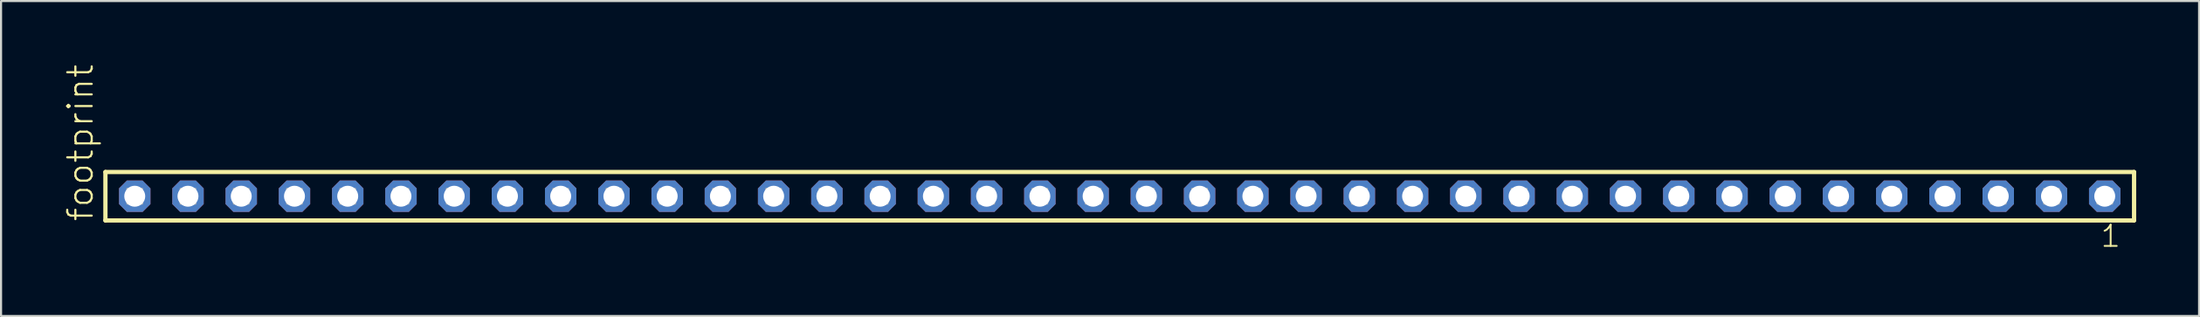
<source format=kicad_pcb>
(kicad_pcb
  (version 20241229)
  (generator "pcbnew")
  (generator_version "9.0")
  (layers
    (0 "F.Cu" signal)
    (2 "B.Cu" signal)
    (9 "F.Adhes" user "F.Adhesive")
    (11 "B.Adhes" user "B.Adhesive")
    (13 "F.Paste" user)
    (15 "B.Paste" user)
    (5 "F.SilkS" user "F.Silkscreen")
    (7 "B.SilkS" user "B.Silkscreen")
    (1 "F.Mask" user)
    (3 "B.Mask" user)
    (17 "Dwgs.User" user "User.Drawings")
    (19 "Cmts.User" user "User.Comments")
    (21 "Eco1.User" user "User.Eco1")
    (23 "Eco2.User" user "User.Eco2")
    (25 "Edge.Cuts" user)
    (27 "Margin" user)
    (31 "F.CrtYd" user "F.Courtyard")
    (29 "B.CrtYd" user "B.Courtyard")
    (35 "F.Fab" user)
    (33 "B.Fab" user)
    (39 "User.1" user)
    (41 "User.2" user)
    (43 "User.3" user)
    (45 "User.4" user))
  (footprint "footprint"
    (layer "F.Cu")
    (at 50.368 6.312)
    (property "Reference" "footprint" (at -48.895 1.27 90) (layer "F.SilkS") (effects (font (size 1.168 1.168) (thickness 0.102)) (justify left bottom)))
    (fp_line (start -48.389 -1.155) (end 48.389 -1.155) (stroke (width 0.203) (type solid)) (layer "F.SilkS"))
    (fp_line (start -48.389 1.155) (end -48.389 -1.155) (stroke (width 0.203) (type solid)) (layer "F.SilkS"))
    (fp_line (start 48.389 -1.155) (end 48.389 1.155) (stroke (width 0.203) (type solid)) (layer "F.SilkS"))
    (fp_line (start 48.389 1.155) (end -48.389 1.155) (stroke (width 0.203) (type solid)) (layer "F.SilkS"))
    (fp_poly (pts (xy -47.34 0.35) (xy -46.64 0.35) (xy -46.64 -0.35) (xy -47.34 -0.35)) (stroke (width 0.1) (type solid)) (fill no) (layer "F.Fab"))
    (fp_poly (pts (xy -44.8 0.35) (xy -44.1 0.35) (xy -44.1 -0.35) (xy -44.8 -0.35)) (stroke (width 0.1) (type solid)) (fill no) (layer "F.Fab"))
    (fp_poly (pts (xy -42.26 0.35) (xy -41.56 0.35) (xy -41.56 -0.35) (xy -42.26 -0.35)) (stroke (width 0.1) (type solid)) (fill no) (layer "F.Fab"))
    (fp_poly (pts (xy -39.72 0.35) (xy -39.02 0.35) (xy -39.02 -0.35) (xy -39.72 -0.35)) (stroke (width 0.1) (type solid)) (fill no) (layer "F.Fab"))
    (fp_poly (pts (xy -37.18 0.35) (xy -36.48 0.35) (xy -36.48 -0.35) (xy -37.18 -0.35)) (stroke (width 0.1) (type solid)) (fill no) (layer "F.Fab"))
    (fp_poly (pts (xy -34.64 0.35) (xy -33.94 0.35) (xy -33.94 -0.35) (xy -34.64 -0.35)) (stroke (width 0.1) (type solid)) (fill no) (layer "F.Fab"))
    (fp_poly (pts (xy -32.1 0.35) (xy -31.4 0.35) (xy -31.4 -0.35) (xy -32.1 -0.35)) (stroke (width 0.1) (type solid)) (fill no) (layer "F.Fab"))
    (fp_poly (pts (xy -29.56 0.35) (xy -28.86 0.35) (xy -28.86 -0.35) (xy -29.56 -0.35)) (stroke (width 0.1) (type solid)) (fill no) (layer "F.Fab"))
    (fp_poly (pts (xy -27.02 0.35) (xy -26.32 0.35) (xy -26.32 -0.35) (xy -27.02 -0.35)) (stroke (width 0.1) (type solid)) (fill no) (layer "F.Fab"))
    (fp_poly (pts (xy -24.48 0.35) (xy -23.78 0.35) (xy -23.78 -0.35) (xy -24.48 -0.35)) (stroke (width 0.1) (type solid)) (fill no) (layer "F.Fab"))
    (fp_poly (pts (xy -21.94 0.35) (xy -21.24 0.35) (xy -21.24 -0.35) (xy -21.94 -0.35)) (stroke (width 0.1) (type solid)) (fill no) (layer "F.Fab"))
    (fp_poly (pts (xy -19.4 0.35) (xy -18.7 0.35) (xy -18.7 -0.35) (xy -19.4 -0.35)) (stroke (width 0.1) (type solid)) (fill no) (layer "F.Fab"))
    (fp_poly (pts (xy -16.86 0.35) (xy -16.16 0.35) (xy -16.16 -0.35) (xy -16.86 -0.35)) (stroke (width 0.1) (type solid)) (fill no) (layer "F.Fab"))
    (fp_poly (pts (xy -14.32 0.35) (xy -13.62 0.35) (xy -13.62 -0.35) (xy -14.32 -0.35)) (stroke (width 0.1) (type solid)) (fill no) (layer "F.Fab"))
    (fp_poly (pts (xy -11.78 0.35) (xy -11.08 0.35) (xy -11.08 -0.35) (xy -11.78 -0.35)) (stroke (width 0.1) (type solid)) (fill no) (layer "F.Fab"))
    (fp_poly (pts (xy -9.24 0.35) (xy -8.54 0.35) (xy -8.54 -0.35) (xy -9.24 -0.35)) (stroke (width 0.1) (type solid)) (fill no) (layer "F.Fab"))
    (fp_poly (pts (xy -6.7 0.35) (xy -6 0.35) (xy -6 -0.35) (xy -6.7 -0.35)) (stroke (width 0.1) (type solid)) (fill no) (layer "F.Fab"))
    (fp_poly (pts (xy -4.16 0.35) (xy -3.46 0.35) (xy -3.46 -0.35) (xy -4.16 -0.35)) (stroke (width 0.1) (type solid)) (fill no) (layer "F.Fab"))
    (fp_poly (pts (xy -1.62 0.35) (xy -0.92 0.35) (xy -0.92 -0.35) (xy -1.62 -0.35)) (stroke (width 0.1) (type solid)) (fill no) (layer "F.Fab"))
    (fp_poly (pts (xy 0.92 0.35) (xy 1.62 0.35) (xy 1.62 -0.35) (xy 0.92 -0.35)) (stroke (width 0.1) (type solid)) (fill no) (layer "F.Fab"))
    (fp_poly (pts (xy 3.46 0.35) (xy 4.16 0.35) (xy 4.16 -0.35) (xy 3.46 -0.35)) (stroke (width 0.1) (type solid)) (fill no) (layer "F.Fab"))
    (fp_poly (pts (xy 6 0.35) (xy 6.7 0.35) (xy 6.7 -0.35) (xy 6 -0.35)) (stroke (width 0.1) (type solid)) (fill no) (layer "F.Fab"))
    (fp_poly (pts (xy 8.54 0.35) (xy 9.24 0.35) (xy 9.24 -0.35) (xy 8.54 -0.35)) (stroke (width 0.1) (type solid)) (fill no) (layer "F.Fab"))
    (fp_poly (pts (xy 11.08 0.35) (xy 11.78 0.35) (xy 11.78 -0.35) (xy 11.08 -0.35)) (stroke (width 0.1) (type solid)) (fill no) (layer "F.Fab"))
    (fp_poly (pts (xy 13.62 0.35) (xy 14.32 0.35) (xy 14.32 -0.35) (xy 13.62 -0.35)) (stroke (width 0.1) (type solid)) (fill no) (layer "F.Fab"))
    (fp_poly (pts (xy 16.16 0.35) (xy 16.86 0.35) (xy 16.86 -0.35) (xy 16.16 -0.35)) (stroke (width 0.1) (type solid)) (fill no) (layer "F.Fab"))
    (fp_poly (pts (xy 18.7 0.35) (xy 19.4 0.35) (xy 19.4 -0.35) (xy 18.7 -0.35)) (stroke (width 0.1) (type solid)) (fill no) (layer "F.Fab"))
    (fp_poly (pts (xy 21.24 0.35) (xy 21.94 0.35) (xy 21.94 -0.35) (xy 21.24 -0.35)) (stroke (width 0.1) (type solid)) (fill no) (layer "F.Fab"))
    (fp_poly (pts (xy 23.78 0.35) (xy 24.48 0.35) (xy 24.48 -0.35) (xy 23.78 -0.35)) (stroke (width 0.1) (type solid)) (fill no) (layer "F.Fab"))
    (fp_poly (pts (xy 26.32 0.35) (xy 27.02 0.35) (xy 27.02 -0.35) (xy 26.32 -0.35)) (stroke (width 0.1) (type solid)) (fill no) (layer "F.Fab"))
    (fp_poly (pts (xy 28.86 0.35) (xy 29.56 0.35) (xy 29.56 -0.35) (xy 28.86 -0.35)) (stroke (width 0.1) (type solid)) (fill no) (layer "F.Fab"))
    (fp_poly (pts (xy 31.4 0.35) (xy 32.1 0.35) (xy 32.1 -0.35) (xy 31.4 -0.35)) (stroke (width 0.1) (type solid)) (fill no) (layer "F.Fab"))
    (fp_poly (pts (xy 33.94 0.35) (xy 34.64 0.35) (xy 34.64 -0.35) (xy 33.94 -0.35)) (stroke (width 0.1) (type solid)) (fill no) (layer "F.Fab"))
    (fp_poly (pts (xy 36.48 0.35) (xy 37.18 0.35) (xy 37.18 -0.35) (xy 36.48 -0.35)) (stroke (width 0.1) (type solid)) (fill no) (layer "F.Fab"))
    (fp_poly (pts (xy 39.02 0.35) (xy 39.72 0.35) (xy 39.72 -0.35) (xy 39.02 -0.35)) (stroke (width 0.1) (type solid)) (fill no) (layer "F.Fab"))
    (fp_poly (pts (xy 41.56 0.35) (xy 42.26 0.35) (xy 42.26 -0.35) (xy 41.56 -0.35)) (stroke (width 0.1) (type solid)) (fill no) (layer "F.Fab"))
    (fp_poly (pts (xy 44.1 0.35) (xy 44.8 0.35) (xy 44.8 -0.35) (xy 44.1 -0.35)) (stroke (width 0.1) (type solid)) (fill no) (layer "F.Fab"))
    (fp_poly (pts (xy 46.64 0.35) (xy 47.34 0.35) (xy 47.34 -0.35) (xy 46.64 -0.35)) (stroke (width 0.1) (type solid)) (fill no) (layer "F.Fab"))
    (fp_text user "1" (at 46.732 2.498 0) (layer "F.SilkS") (effects (font (size 1.012 1.012) (thickness 0.088)) (justify left bottom)))
    (pad "1" thru_hole roundrect (at 46.99 0 180) (size 1.5 1.5) (drill 1) (layers "*.Cu" "*.Mask") (roundrect_rratio 0.25) (chamfer_ratio 0.25) (chamfer top_left top_right bottom_left bottom_right))
    (pad "2" thru_hole roundrect (at 44.45 0 180) (size 1.5 1.5) (drill 1) (layers "*.Cu" "*.Mask") (roundrect_rratio 0.25) (chamfer_ratio 0.25) (chamfer top_left top_right bottom_left bottom_right))
    (pad "3" thru_hole roundrect (at 41.91 0 180) (size 1.5 1.5) (drill 1) (layers "*.Cu" "*.Mask") (roundrect_rratio 0.25) (chamfer_ratio 0.25) (chamfer top_left top_right bottom_left bottom_right))
    (pad "4" thru_hole roundrect (at 39.37 0 180) (size 1.5 1.5) (drill 1) (layers "*.Cu" "*.Mask") (roundrect_rratio 0.25) (chamfer_ratio 0.25) (chamfer top_left top_right bottom_left bottom_right))
    (pad "5" thru_hole roundrect (at 36.83 0 180) (size 1.5 1.5) (drill 1) (layers "*.Cu" "*.Mask") (roundrect_rratio 0.25) (chamfer_ratio 0.25) (chamfer top_left top_right bottom_left bottom_right))
    (pad "6" thru_hole roundrect (at 34.29 0 180) (size 1.5 1.5) (drill 1) (layers "*.Cu" "*.Mask") (roundrect_rratio 0.25) (chamfer_ratio 0.25) (chamfer top_left top_right bottom_left bottom_right))
    (pad "7" thru_hole roundrect (at 31.75 0 180) (size 1.5 1.5) (drill 1) (layers "*.Cu" "*.Mask") (roundrect_rratio 0.25) (chamfer_ratio 0.25) (chamfer top_left top_right bottom_left bottom_right))
    (pad "8" thru_hole roundrect (at 29.21 0 180) (size 1.5 1.5) (drill 1) (layers "*.Cu" "*.Mask") (roundrect_rratio 0.25) (chamfer_ratio 0.25) (chamfer top_left top_right bottom_left bottom_right))
    (pad "9" thru_hole roundrect (at 26.67 0 180) (size 1.5 1.5) (drill 1) (layers "*.Cu" "*.Mask") (roundrect_rratio 0.25) (chamfer_ratio 0.25) (chamfer top_left top_right bottom_left bottom_right))
    (pad "10" thru_hole roundrect (at 24.13 0 180) (size 1.5 1.5) (drill 1) (layers "*.Cu" "*.Mask") (roundrect_rratio 0.25) (chamfer_ratio 0.25) (chamfer top_left top_right bottom_left bottom_right))
    (pad "11" thru_hole roundrect (at 21.59 0 180) (size 1.5 1.5) (drill 1) (layers "*.Cu" "*.Mask") (roundrect_rratio 0.25) (chamfer_ratio 0.25) (chamfer top_left top_right bottom_left bottom_right))
    (pad "12" thru_hole roundrect (at 19.05 0 180) (size 1.5 1.5) (drill 1) (layers "*.Cu" "*.Mask") (roundrect_rratio 0.25) (chamfer_ratio 0.25) (chamfer top_left top_right bottom_left bottom_right))
    (pad "13" thru_hole roundrect (at 16.51 0 180) (size 1.5 1.5) (drill 1) (layers "*.Cu" "*.Mask") (roundrect_rratio 0.25) (chamfer_ratio 0.25) (chamfer top_left top_right bottom_left bottom_right))
    (pad "14" thru_hole roundrect (at 13.97 0 180) (size 1.5 1.5) (drill 1) (layers "*.Cu" "*.Mask") (roundrect_rratio 0.25) (chamfer_ratio 0.25) (chamfer top_left top_right bottom_left bottom_right))
    (pad "15" thru_hole roundrect (at 11.43 0 180) (size 1.5 1.5) (drill 1) (layers "*.Cu" "*.Mask") (roundrect_rratio 0.25) (chamfer_ratio 0.25) (chamfer top_left top_right bottom_left bottom_right))
    (pad "16" thru_hole roundrect (at 8.89 0 180) (size 1.5 1.5) (drill 1) (layers "*.Cu" "*.Mask") (roundrect_rratio 0.25) (chamfer_ratio 0.25) (chamfer top_left top_right bottom_left bottom_right))
    (pad "17" thru_hole roundrect (at 6.35 0 180) (size 1.5 1.5) (drill 1) (layers "*.Cu" "*.Mask") (roundrect_rratio 0.25) (chamfer_ratio 0.25) (chamfer top_left top_right bottom_left bottom_right))
    (pad "18" thru_hole roundrect (at 3.81 0 180) (size 1.5 1.5) (drill 1) (layers "*.Cu" "*.Mask") (roundrect_rratio 0.25) (chamfer_ratio 0.25) (chamfer top_left top_right bottom_left bottom_right))
    (pad "19" thru_hole roundrect (at 1.27 0 180) (size 1.5 1.5) (drill 1) (layers "*.Cu" "*.Mask") (roundrect_rratio 0.25) (chamfer_ratio 0.25) (chamfer top_left top_right bottom_left bottom_right))
    (pad "20" thru_hole roundrect (at -1.27 0 180) (size 1.5 1.5) (drill 1) (layers "*.Cu" "*.Mask") (roundrect_rratio 0.25) (chamfer_ratio 0.25) (chamfer top_left top_right bottom_left bottom_right))
    (pad "21" thru_hole roundrect (at -3.81 0 180) (size 1.5 1.5) (drill 1) (layers "*.Cu" "*.Mask") (roundrect_rratio 0.25) (chamfer_ratio 0.25) (chamfer top_left top_right bottom_left bottom_right))
    (pad "22" thru_hole roundrect (at -6.35 0 180) (size 1.5 1.5) (drill 1) (layers "*.Cu" "*.Mask") (roundrect_rratio 0.25) (chamfer_ratio 0.25) (chamfer top_left top_right bottom_left bottom_right))
    (pad "23" thru_hole roundrect (at -8.89 0 180) (size 1.5 1.5) (drill 1) (layers "*.Cu" "*.Mask") (roundrect_rratio 0.25) (chamfer_ratio 0.25) (chamfer top_left top_right bottom_left bottom_right))
    (pad "24" thru_hole roundrect (at -11.43 0 180) (size 1.5 1.5) (drill 1) (layers "*.Cu" "*.Mask") (roundrect_rratio 0.25) (chamfer_ratio 0.25) (chamfer top_left top_right bottom_left bottom_right))
    (pad "25" thru_hole roundrect (at -13.97 0 180) (size 1.5 1.5) (drill 1) (layers "*.Cu" "*.Mask") (roundrect_rratio 0.25) (chamfer_ratio 0.25) (chamfer top_left top_right bottom_left bottom_right))
    (pad "26" thru_hole roundrect (at -16.51 0 180) (size 1.5 1.5) (drill 1) (layers "*.Cu" "*.Mask") (roundrect_rratio 0.25) (chamfer_ratio 0.25) (chamfer top_left top_right bottom_left bottom_right))
    (pad "27" thru_hole roundrect (at -19.05 0 180) (size 1.5 1.5) (drill 1) (layers "*.Cu" "*.Mask") (roundrect_rratio 0.25) (chamfer_ratio 0.25) (chamfer top_left top_right bottom_left bottom_right))
    (pad "28" thru_hole roundrect (at -21.59 0 180) (size 1.5 1.5) (drill 1) (layers "*.Cu" "*.Mask") (roundrect_rratio 0.25) (chamfer_ratio 0.25) (chamfer top_left top_right bottom_left bottom_right))
    (pad "29" thru_hole roundrect (at -24.13 0 180) (size 1.5 1.5) (drill 1) (layers "*.Cu" "*.Mask") (roundrect_rratio 0.25) (chamfer_ratio 0.25) (chamfer top_left top_right bottom_left bottom_right))
    (pad "30" thru_hole roundrect (at -26.67 0 180) (size 1.5 1.5) (drill 1) (layers "*.Cu" "*.Mask") (roundrect_rratio 0.25) (chamfer_ratio 0.25) (chamfer top_left top_right bottom_left bottom_right))
    (pad "31" thru_hole roundrect (at -29.21 0 180) (size 1.5 1.5) (drill 1) (layers "*.Cu" "*.Mask") (roundrect_rratio 0.25) (chamfer_ratio 0.25) (chamfer top_left top_right bottom_left bottom_right))
    (pad "32" thru_hole roundrect (at -31.75 0 180) (size 1.5 1.5) (drill 1) (layers "*.Cu" "*.Mask") (roundrect_rratio 0.25) (chamfer_ratio 0.25) (chamfer top_left top_right bottom_left bottom_right))
    (pad "33" thru_hole roundrect (at -34.29 0 180) (size 1.5 1.5) (drill 1) (layers "*.Cu" "*.Mask") (roundrect_rratio 0.25) (chamfer_ratio 0.25) (chamfer top_left top_right bottom_left bottom_right))
    (pad "34" thru_hole roundrect (at -36.83 0 180) (size 1.5 1.5) (drill 1) (layers "*.Cu" "*.Mask") (roundrect_rratio 0.25) (chamfer_ratio 0.25) (chamfer top_left top_right bottom_left bottom_right))
    (pad "35" thru_hole roundrect (at -39.37 0 180) (size 1.5 1.5) (drill 1) (layers "*.Cu" "*.Mask") (roundrect_rratio 0.25) (chamfer_ratio 0.25) (chamfer top_left top_right bottom_left bottom_right))
    (pad "36" thru_hole roundrect (at -41.91 0 180) (size 1.5 1.5) (drill 1) (layers "*.Cu" "*.Mask") (roundrect_rratio 0.25) (chamfer_ratio 0.25) (chamfer top_left top_right bottom_left bottom_right))
    (pad "37" thru_hole roundrect (at -44.45 0 180) (size 1.5 1.5) (drill 1) (layers "*.Cu" "*.Mask") (roundrect_rratio 0.25) (chamfer_ratio 0.25) (chamfer top_left top_right bottom_left bottom_right))
    (pad "38" thru_hole roundrect (at -46.99 0 180) (size 1.5 1.5) (drill 1) (layers "*.Cu" "*.Mask") (roundrect_rratio 0.25) (chamfer_ratio 0.25) (chamfer top_left top_right bottom_left bottom_right)))
  (gr_rect
    (start -3 -3)
    (end 101.859 12.027)
    (stroke (width 0.1) (type default))
    (fill no)
    (layer "Edge.Cuts")))
</source>
